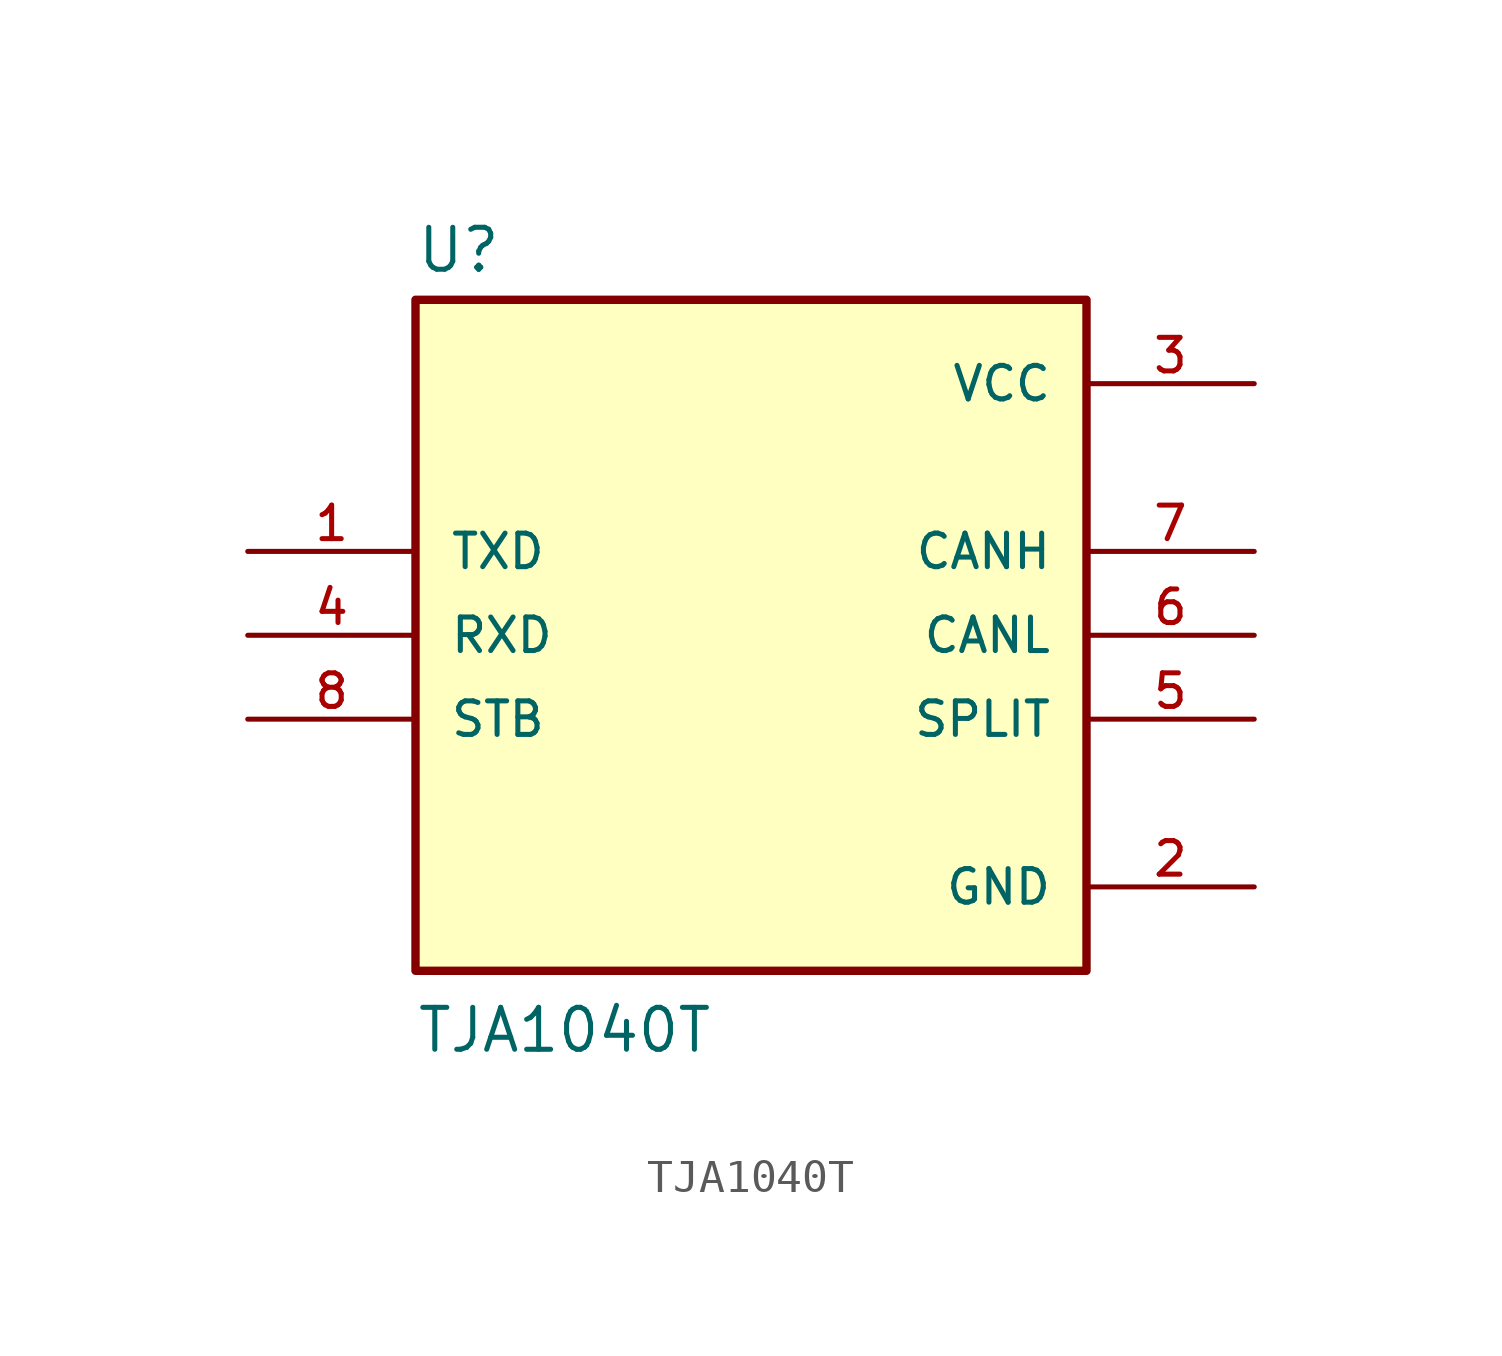
<source format=kicad_sym>
(kicad_symbol_lib
  (version 20211014)
  (generator kicad_symbol_editor)
  (symbol "TJA1040T"
    (pin_names
      (offset 1.016))
    (property "Reference" "U"
      (at -10.16 10.922 0)
      (effects (font (size 1.27 1.27)) (justify bottom left)))
    (property "Value" "TJA1040T"
      (at -10.16 -12.7 0)
      (effects (font (size 1.27 1.27)) (justify bottom left)))
    (symbol "TJA1040T_0_0"
      (rectangle (start -10.16 -10.16) (end 10.16 10.16) (stroke (width 0.254)) (fill (type background)))
      (pin input line (at -15.24 2.54 0) (length 5.08) (name "TXD" (effects (font (size 1.016 1.016)))) (number "1" (effects (font (size 1.016 1.016)))))
      (pin power_in line (at 15.24 -7.62 180.0) (length 5.08) (name "GND" (effects (font (size 1.016 1.016)))) (number "2" (effects (font (size 1.016 1.016)))))
      (pin power_in line (at 15.24 7.62 180.0) (length 5.08) (name "VCC" (effects (font (size 1.016 1.016)))) (number "3" (effects (font (size 1.016 1.016)))))
      (pin output line (at -15.24 0.0 0) (length 5.08) (name "RXD" (effects (font (size 1.016 1.016)))) (number "4" (effects (font (size 1.016 1.016)))))
      (pin output line (at 15.24 -2.54 180.0) (length 5.08) (name "SPLIT" (effects (font (size 1.016 1.016)))) (number "5" (effects (font (size 1.016 1.016)))))
      (pin bidirectional line (at 15.24 2.54 180.0) (length 5.08) (name "CANH" (effects (font (size 1.016 1.016)))) (number "7" (effects (font (size 1.016 1.016)))))
      (pin bidirectional line (at 15.24 0.0 180.0) (length 5.08) (name "CANL" (effects (font (size 1.016 1.016)))) (number "6" (effects (font (size 1.016 1.016)))))
      (pin input line (at -15.24 -2.54 0) (length 5.08) (name "STB" (effects (font (size 1.016 1.016)))) (number "8" (effects (font (size 1.016 1.016))))))))
</source>
